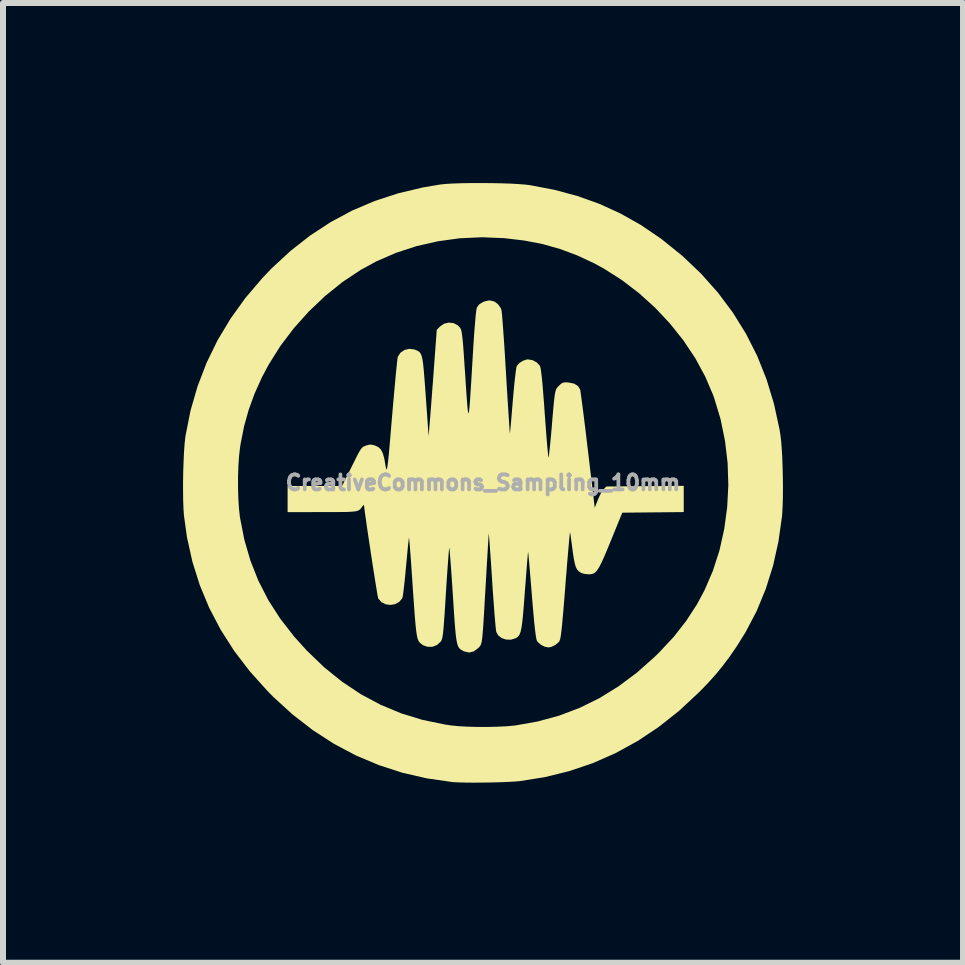
<source format=kicad_pcb>
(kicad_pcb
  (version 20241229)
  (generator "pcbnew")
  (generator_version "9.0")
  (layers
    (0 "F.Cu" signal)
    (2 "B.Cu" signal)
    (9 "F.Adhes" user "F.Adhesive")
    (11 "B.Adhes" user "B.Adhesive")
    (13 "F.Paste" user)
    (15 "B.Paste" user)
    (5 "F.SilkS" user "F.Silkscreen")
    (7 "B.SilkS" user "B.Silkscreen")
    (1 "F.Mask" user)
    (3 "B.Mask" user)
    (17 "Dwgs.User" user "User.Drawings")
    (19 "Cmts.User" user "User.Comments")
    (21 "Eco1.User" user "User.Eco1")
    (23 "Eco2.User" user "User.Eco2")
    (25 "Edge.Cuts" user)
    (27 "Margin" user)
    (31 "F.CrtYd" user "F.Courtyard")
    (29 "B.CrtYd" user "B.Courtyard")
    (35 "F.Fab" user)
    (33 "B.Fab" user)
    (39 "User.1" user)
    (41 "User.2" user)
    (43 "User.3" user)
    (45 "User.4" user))
  (footprint "CreativeCommons_Sampling_10mm"
    (layer "F.Cu")
    (at 4.997 4.992)
    (property "Reference" "CreativeCommons_Sampling_10mm" (at 0 0 0) (layer "F.Fab") (effects (font (size 0.25 0.25) (thickness 0.3))))
    (attr board_only exclude_from_pos_files exclude_from_bom)
    (fp_poly (pts (xy 0.131 -4.991) (xy 0.298 -4.988) (xy 0.454 -4.983) (xy 0.593 -4.975) (xy 0.708 -4.966) (xy 0.782 -4.957) (xy 1.192 -4.879) (xy 1.578 -4.775) (xy 1.943 -4.644) (xy 2.291 -4.485) (xy 2.625 -4.297) (xy 2.948 -4.078) (xy 2.98 -4.055) (xy 3.323 -3.778) (xy 3.634 -3.482) (xy 3.915 -3.166) (xy 4.164 -2.833) (xy 4.383 -2.48) (xy 4.57 -2.11) (xy 4.725 -1.721) (xy 4.848 -1.315) (xy 4.94 -0.892) (xy 4.955 -0.8) (xy 4.967 -0.702) (xy 4.977 -0.575) (xy 4.986 -0.427) (xy 4.992 -0.264) (xy 4.996 -0.094) (xy 4.998 0.074) (xy 4.997 0.235) (xy 4.993 0.381) (xy 4.987 0.503) (xy 4.983 0.557) (xy 4.923 0.981) (xy 4.833 1.385) (xy 4.711 1.772) (xy 4.559 2.141) (xy 4.374 2.493) (xy 4.228 2.727) (xy 4.109 2.9) (xy 3.995 3.052) (xy 3.879 3.194) (xy 3.751 3.336) (xy 3.603 3.489) (xy 3.591 3.5) (xy 3.266 3.803) (xy 2.927 4.071) (xy 2.575 4.305) (xy 2.209 4.506) (xy 1.83 4.673) (xy 1.437 4.806) (xy 1.031 4.906) (xy 0.61 4.973) (xy 0.609 4.973) (xy 0.524 4.98) (xy 0.412 4.986) (xy 0.281 4.991) (xy 0.138 4.995) (xy -0.01 4.997) (xy -0.153 4.998) (xy -0.286 4.997) (xy -0.4 4.994) (xy -0.488 4.99) (xy -0.509 4.988) (xy -0.933 4.927) (xy -1.343 4.833) (xy -1.737 4.705) (xy -2.117 4.545) (xy -2.483 4.351) (xy -2.834 4.124) (xy -3.171 3.863) (xy -3.494 3.569) (xy -3.594 3.467) (xy -3.887 3.141) (xy -4.146 2.802) (xy -4.371 2.449) (xy -4.562 2.084) (xy -4.719 1.706) (xy -4.842 1.314) (xy -4.932 0.91) (xy -4.983 0.54) (xy -4.99 0.432) (xy -4.995 0.297) (xy -4.997 0.142) (xy -4.997 0.086) (xy -4.081 0.086) (xy -4.076 0.267) (xy -4.065 0.432) (xy -4.05 0.573) (xy -4.048 0.582) (xy -3.976 0.951) (xy -3.874 1.301) (xy -3.741 1.636) (xy -3.577 1.956) (xy -3.379 2.264) (xy -3.148 2.562) (xy -2.936 2.797) (xy -2.648 3.074) (xy -2.348 3.316) (xy -2.034 3.525) (xy -1.706 3.7) (xy -1.364 3.843) (xy -1.008 3.952) (xy -0.635 4.029) (xy -0.531 4.045) (xy -0.41 4.057) (xy -0.263 4.065) (xy -0.099 4.07) (xy 0.071 4.07) (xy 0.237 4.066) (xy 0.391 4.059) (xy 0.52 4.047) (xy 0.539 4.045) (xy 0.911 3.979) (xy 1.268 3.882) (xy 1.61 3.752) (xy 1.94 3.59) (xy 2.259 3.393) (xy 2.567 3.163) (xy 2.865 2.898) (xy 2.937 2.827) (xy 3.178 2.569) (xy 3.386 2.303) (xy 3.566 2.026) (xy 3.691 1.793) (xy 3.831 1.468) (xy 3.941 1.126) (xy 4.02 0.771) (xy 4.069 0.408) (xy 4.088 0.039) (xy 4.076 -0.331) (xy 4.032 -0.699) (xy 3.958 -1.06) (xy 3.852 -1.411) (xy 3.836 -1.457) (xy 3.702 -1.77) (xy 3.536 -2.076) (xy 3.339 -2.371) (xy 3.115 -2.652) (xy 2.867 -2.916) (xy 2.598 -3.159) (xy 2.311 -3.378) (xy 2.009 -3.57) (xy 1.85 -3.656) (xy 1.567 -3.788) (xy 1.285 -3.893) (xy 0.996 -3.975) (xy 0.691 -4.034) (xy 0.363 -4.073) (xy 0.355 -4.074) (xy -0.017 -4.089) (xy -0.387 -4.072) (xy -0.751 -4.022) (xy -1.107 -3.941) (xy -1.45 -3.829) (xy -1.777 -3.687) (xy -2.036 -3.546) (xy -2.34 -3.344) (xy -2.629 -3.111) (xy -2.901 -2.853) (xy -3.151 -2.574) (xy -3.376 -2.277) (xy -3.571 -1.966) (xy -3.682 -1.757) (xy -3.806 -1.483) (xy -3.903 -1.215) (xy -3.98 -0.941) (xy -4.038 -0.647) (xy -4.048 -0.582) (xy -4.064 -0.443) (xy -4.075 -0.279) (xy -4.081 -0.099) (xy -4.081 0.086) (xy -4.997 0.086) (xy -4.997 -0.023) (xy -4.994 -0.193) (xy -4.988 -0.358) (xy -4.981 -0.513) (xy -4.971 -0.648) (xy -4.959 -0.757) (xy -4.956 -0.782) (xy -4.873 -1.199) (xy -4.756 -1.604) (xy -4.606 -1.995) (xy -4.423 -2.371) (xy -4.206 -2.733) (xy -3.957 -3.079) (xy -3.675 -3.41) (xy -3.519 -3.573) (xy -3.205 -3.863) (xy -2.878 -4.119) (xy -2.537 -4.342) (xy -2.179 -4.534) (xy -1.805 -4.693) (xy -1.413 -4.821) (xy -1.001 -4.919) (xy -0.718 -4.967) (xy -0.628 -4.977) (xy -0.509 -4.984) (xy -0.367 -4.989) (xy -0.208 -4.992) (xy -0.04 -4.992)) (stroke (width 0) (type solid)) (fill yes) (layer "F.SilkS"))
    (fp_poly (pts (xy 0.187 -3.02) (xy 0.25 -2.974) (xy 0.296 -2.909) (xy 0.308 -2.876) (xy 0.312 -2.846) (xy 0.319 -2.782) (xy 0.326 -2.69) (xy 0.335 -2.572) (xy 0.345 -2.432) (xy 0.356 -2.273) (xy 0.367 -2.1) (xy 0.378 -1.915) (xy 0.385 -1.8) (xy 0.396 -1.613) (xy 0.407 -1.439) (xy 0.417 -1.28) (xy 0.426 -1.139) (xy 0.434 -1.02) (xy 0.44 -0.925) (xy 0.445 -0.859) (xy 0.448 -0.823) (xy 0.45 -0.818) (xy 0.452 -0.843) (xy 0.457 -0.899) (xy 0.465 -0.981) (xy 0.474 -1.086) (xy 0.484 -1.207) (xy 0.495 -1.341) (xy 0.498 -1.375) (xy 0.51 -1.512) (xy 0.522 -1.638) (xy 0.534 -1.749) (xy 0.545 -1.84) (xy 0.554 -1.905) (xy 0.562 -1.941) (xy 0.563 -1.944) (xy 0.604 -1.991) (xy 0.665 -2.031) (xy 0.731 -2.053) (xy 0.752 -2.054) (xy 0.829 -2.04) (xy 0.897 -2.003) (xy 0.946 -1.95) (xy 0.951 -1.94) (xy 0.96 -1.908) (xy 0.969 -1.848) (xy 0.98 -1.759) (xy 0.992 -1.638) (xy 1.004 -1.485) (xy 1.019 -1.298) (xy 1.029 -1.15) (xy 1.041 -0.991) (xy 1.052 -0.844) (xy 1.062 -0.713) (xy 1.072 -0.601) (xy 1.08 -0.512) (xy 1.086 -0.451) (xy 1.09 -0.421) (xy 1.091 -0.418) (xy 1.096 -0.436) (xy 1.102 -0.484) (xy 1.111 -0.56) (xy 1.121 -0.658) (xy 1.132 -0.773) (xy 1.143 -0.895) (xy 1.157 -1.066) (xy 1.169 -1.204) (xy 1.179 -1.313) (xy 1.188 -1.398) (xy 1.196 -1.462) (xy 1.205 -1.509) (xy 1.214 -1.542) (xy 1.224 -1.566) (xy 1.237 -1.584) (xy 1.252 -1.601) (xy 1.267 -1.616) (xy 1.305 -1.651) (xy 1.338 -1.668) (xy 1.381 -1.672) (xy 1.427 -1.669) (xy 1.52 -1.65) (xy 1.584 -1.609) (xy 1.618 -1.555) (xy 1.623 -1.53) (xy 1.631 -1.473) (xy 1.643 -1.386) (xy 1.658 -1.274) (xy 1.675 -1.14) (xy 1.694 -0.987) (xy 1.715 -0.818) (xy 1.736 -0.638) (xy 1.747 -0.55) (xy 1.862 0.418) (xy 1.914 0.286) (xy 1.945 0.216) (xy 1.979 0.153) (xy 2.008 0.111) (xy 2.011 0.109) (xy 2.055 0.064) (xy 2.7 0.058) (xy 3.345 0.053) (xy 3.345 0.49) (xy 2.833 0.495) (xy 2.321 0.5) (xy 2.132 0.964) (xy 2.069 1.117) (xy 2.017 1.24) (xy 1.973 1.336) (xy 1.936 1.408) (xy 1.903 1.459) (xy 1.872 1.494) (xy 1.84 1.514) (xy 1.806 1.524) (xy 1.767 1.527) (xy 1.759 1.527) (xy 1.699 1.521) (xy 1.647 1.508) (xy 1.638 1.504) (xy 1.601 1.481) (xy 1.571 1.451) (xy 1.548 1.408) (xy 1.53 1.348) (xy 1.513 1.264) (xy 1.496 1.151) (xy 1.491 1.111) (xy 1.478 1.014) (xy 1.467 0.932) (xy 1.458 0.869) (xy 1.451 0.832) (xy 1.45 0.825) (xy 1.447 0.842) (xy 1.442 0.89) (xy 1.435 0.968) (xy 1.426 1.071) (xy 1.415 1.195) (xy 1.403 1.336) (xy 1.391 1.491) (xy 1.384 1.569) (xy 1.367 1.79) (xy 1.352 1.978) (xy 1.339 2.136) (xy 1.327 2.266) (xy 1.318 2.371) (xy 1.309 2.454) (xy 1.301 2.518) (xy 1.294 2.566) (xy 1.287 2.601) (xy 1.279 2.626) (xy 1.272 2.643) (xy 1.263 2.655) (xy 1.26 2.659) (xy 1.205 2.704) (xy 1.14 2.736) (xy 1.09 2.745) (xy 1.025 2.732) (xy 0.96 2.697) (xy 0.91 2.651) (xy 0.898 2.633) (xy 0.89 2.604) (xy 0.88 2.549) (xy 0.869 2.465) (xy 0.856 2.351) (xy 0.843 2.206) (xy 0.827 2.028) (xy 0.814 1.864) (xy 0.801 1.707) (xy 0.789 1.562) (xy 0.778 1.433) (xy 0.769 1.324) (xy 0.761 1.238) (xy 0.755 1.18) (xy 0.752 1.153) (xy 0.752 1.151) (xy 0.749 1.17) (xy 0.745 1.221) (xy 0.738 1.299) (xy 0.73 1.402) (xy 0.72 1.524) (xy 0.71 1.663) (xy 0.699 1.801) (xy 0.685 1.985) (xy 0.673 2.136) (xy 0.662 2.258) (xy 0.651 2.354) (xy 0.639 2.428) (xy 0.627 2.484) (xy 0.612 2.524) (xy 0.595 2.552) (xy 0.575 2.572) (xy 0.552 2.588) (xy 0.544 2.592) (xy 0.466 2.616) (xy 0.385 2.614) (xy 0.311 2.589) (xy 0.253 2.543) (xy 0.222 2.488) (xy 0.217 2.457) (xy 0.21 2.395) (xy 0.202 2.304) (xy 0.192 2.188) (xy 0.182 2.053) (xy 0.171 1.901) (xy 0.159 1.737) (xy 0.152 1.618) (xy 0.141 1.452) (xy 0.131 1.3) (xy 0.121 1.163) (xy 0.113 1.047) (xy 0.106 0.953) (xy 0.101 0.887) (xy 0.097 0.851) (xy 0.096 0.845) (xy 0.094 0.871) (xy 0.091 0.928) (xy 0.085 1.015) (xy 0.079 1.126) (xy 0.071 1.258) (xy 0.062 1.407) (xy 0.053 1.569) (xy 0.046 1.691) (xy 0.033 1.906) (xy 0.023 2.087) (xy 0.014 2.238) (xy 0.006 2.362) (xy -0.001 2.462) (xy -0.008 2.541) (xy -0.014 2.601) (xy -0.021 2.646) (xy -0.029 2.679) (xy -0.037 2.703) (xy -0.047 2.72) (xy -0.059 2.735) (xy -0.073 2.749) (xy -0.079 2.756) (xy -0.151 2.81) (xy -0.228 2.83) (xy -0.309 2.813) (xy -0.327 2.805) (xy -0.354 2.79) (xy -0.377 2.775) (xy -0.397 2.756) (xy -0.413 2.729) (xy -0.427 2.692) (xy -0.438 2.641) (xy -0.449 2.574) (xy -0.458 2.486) (xy -0.468 2.375) (xy -0.478 2.237) (xy -0.489 2.07) (xy -0.502 1.869) (xy -0.502 1.869) (xy -0.513 1.703) (xy -0.523 1.55) (xy -0.533 1.412) (xy -0.542 1.294) (xy -0.55 1.198) (xy -0.556 1.129) (xy -0.56 1.09) (xy -0.562 1.083) (xy -0.565 1.102) (xy -0.57 1.154) (xy -0.576 1.235) (xy -0.584 1.34) (xy -0.593 1.466) (xy -0.603 1.61) (xy -0.613 1.766) (xy -0.618 1.842) (xy -0.629 2.027) (xy -0.639 2.18) (xy -0.648 2.303) (xy -0.655 2.401) (xy -0.662 2.476) (xy -0.669 2.533) (xy -0.675 2.574) (xy -0.683 2.604) (xy -0.691 2.625) (xy -0.7 2.642) (xy -0.705 2.649) (xy -0.766 2.705) (xy -0.841 2.734) (xy -0.922 2.735) (xy -1 2.708) (xy -1.051 2.667) (xy -1.065 2.65) (xy -1.077 2.629) (xy -1.088 2.6) (xy -1.098 2.561) (xy -1.107 2.508) (xy -1.116 2.439) (xy -1.125 2.35) (xy -1.135 2.238) (xy -1.145 2.099) (xy -1.157 1.932) (xy -1.171 1.732) (xy -1.175 1.669) (xy -1.186 1.507) (xy -1.196 1.358) (xy -1.206 1.224) (xy -1.215 1.11) (xy -1.222 1.019) (xy -1.228 0.955) (xy -1.232 0.922) (xy -1.233 0.918) (xy -1.236 0.937) (xy -1.242 0.988) (xy -1.251 1.065) (xy -1.26 1.165) (xy -1.271 1.281) (xy -1.283 1.407) (xy -1.295 1.538) (xy -1.307 1.657) (xy -1.319 1.761) (xy -1.329 1.844) (xy -1.338 1.901) (xy -1.344 1.925) (xy -1.396 1.987) (xy -1.465 2.024) (xy -1.543 2.037) (xy -1.622 2.026) (xy -1.692 1.99) (xy -1.744 1.931) (xy -1.745 1.927) (xy -1.751 1.905) (xy -1.761 1.851) (xy -1.774 1.77) (xy -1.791 1.668) (xy -1.81 1.547) (xy -1.831 1.414) (xy -1.853 1.272) (xy -1.875 1.126) (xy -1.897 0.981) (xy -1.918 0.841) (xy -1.937 0.711) (xy -1.953 0.596) (xy -1.967 0.5) (xy -1.976 0.428) (xy -1.981 0.384) (xy -1.982 0.374) (xy -1.99 0.374) (xy -2.011 0.398) (xy -2.013 0.4) (xy -2.03 0.425) (xy -2.047 0.444) (xy -2.067 0.459) (xy -2.096 0.471) (xy -2.136 0.479) (xy -2.193 0.484) (xy -2.269 0.488) (xy -2.369 0.489) (xy -2.497 0.49) (xy -2.657 0.49) (xy -2.677 0.49) (xy -3.255 0.491) (xy -3.255 0.055) (xy -2.347 0.055) (xy -2.187 -0.268) (xy -2.132 -0.378) (xy -2.091 -0.461) (xy -2.059 -0.519) (xy -2.034 -0.559) (xy -2.012 -0.585) (xy -1.991 -0.601) (xy -1.967 -0.611) (xy -1.95 -0.618) (xy -1.895 -0.633) (xy -1.851 -0.633) (xy -1.797 -0.618) (xy -1.796 -0.618) (xy -1.741 -0.591) (xy -1.7 -0.551) (xy -1.669 -0.491) (xy -1.645 -0.405) (xy -1.631 -0.327) (xy -1.624 -0.284) (xy -1.618 -0.25) (xy -1.612 -0.228) (xy -1.606 -0.22) (xy -1.601 -0.227) (xy -1.595 -0.253) (xy -1.588 -0.299) (xy -1.58 -0.367) (xy -1.57 -0.46) (xy -1.559 -0.58) (xy -1.546 -0.73) (xy -1.531 -0.91) (xy -1.513 -1.124) (xy -1.508 -1.179) (xy -1.493 -1.356) (xy -1.478 -1.522) (xy -1.464 -1.674) (xy -1.452 -1.809) (xy -1.44 -1.922) (xy -1.431 -2.01) (xy -1.424 -2.07) (xy -1.419 -2.097) (xy -1.419 -2.098) (xy -1.375 -2.165) (xy -1.309 -2.21) (xy -1.229 -2.23) (xy -1.145 -2.22) (xy -1.123 -2.212) (xy -1.093 -2.199) (xy -1.069 -2.185) (xy -1.048 -2.165) (xy -1.032 -2.138) (xy -1.018 -2.098) (xy -1.006 -2.042) (xy -0.996 -1.967) (xy -0.986 -1.869) (xy -0.976 -1.745) (xy -0.964 -1.59) (xy -0.955 -1.463) (xy -0.944 -1.313) (xy -0.934 -1.172) (xy -0.925 -1.047) (xy -0.918 -0.94) (xy -0.912 -0.858) (xy -0.908 -0.803) (xy -0.907 -0.782) (xy -0.905 -0.79) (xy -0.901 -0.832) (xy -0.895 -0.903) (xy -0.887 -1.001) (xy -0.877 -1.123) (xy -0.866 -1.265) (xy -0.854 -1.423) (xy -0.841 -1.596) (xy -0.837 -1.641) (xy -0.77 -2.546) (xy -0.718 -2.6) (xy -0.65 -2.648) (xy -0.572 -2.667) (xy -0.492 -2.659) (xy -0.421 -2.623) (xy -0.382 -2.582) (xy -0.373 -2.566) (xy -0.364 -2.546) (xy -0.357 -2.516) (xy -0.35 -2.474) (xy -0.343 -2.417) (xy -0.335 -2.341) (xy -0.327 -2.242) (xy -0.318 -2.117) (xy -0.308 -1.963) (xy -0.295 -1.779) (xy -0.284 -1.605) (xy -0.274 -1.459) (xy -0.265 -1.34) (xy -0.258 -1.25) (xy -0.251 -1.19) (xy -0.245 -1.159) (xy -0.239 -1.159) (xy -0.232 -1.19) (xy -0.225 -1.253) (xy -0.217 -1.349) (xy -0.209 -1.479) (xy -0.198 -1.643) (xy -0.186 -1.841) (xy -0.173 -2.064) (xy -0.159 -2.295) (xy -0.146 -2.489) (xy -0.133 -2.648) (xy -0.123 -2.771) (xy -0.113 -2.857) (xy -0.104 -2.909) (xy -0.101 -2.92) (xy -0.059 -2.974) (xy 0.008 -3.014) (xy 0.088 -3.035) (xy 0.115 -3.036)) (stroke (width 0) (type solid)) (fill yes) (layer "F.SilkS")))
  (gr_rect
    (start -3 -3)
    (end 12.995 12.99)
    (stroke (width 0.1) (type default))
    (fill no)
    (layer "Edge.Cuts")))
</source>
